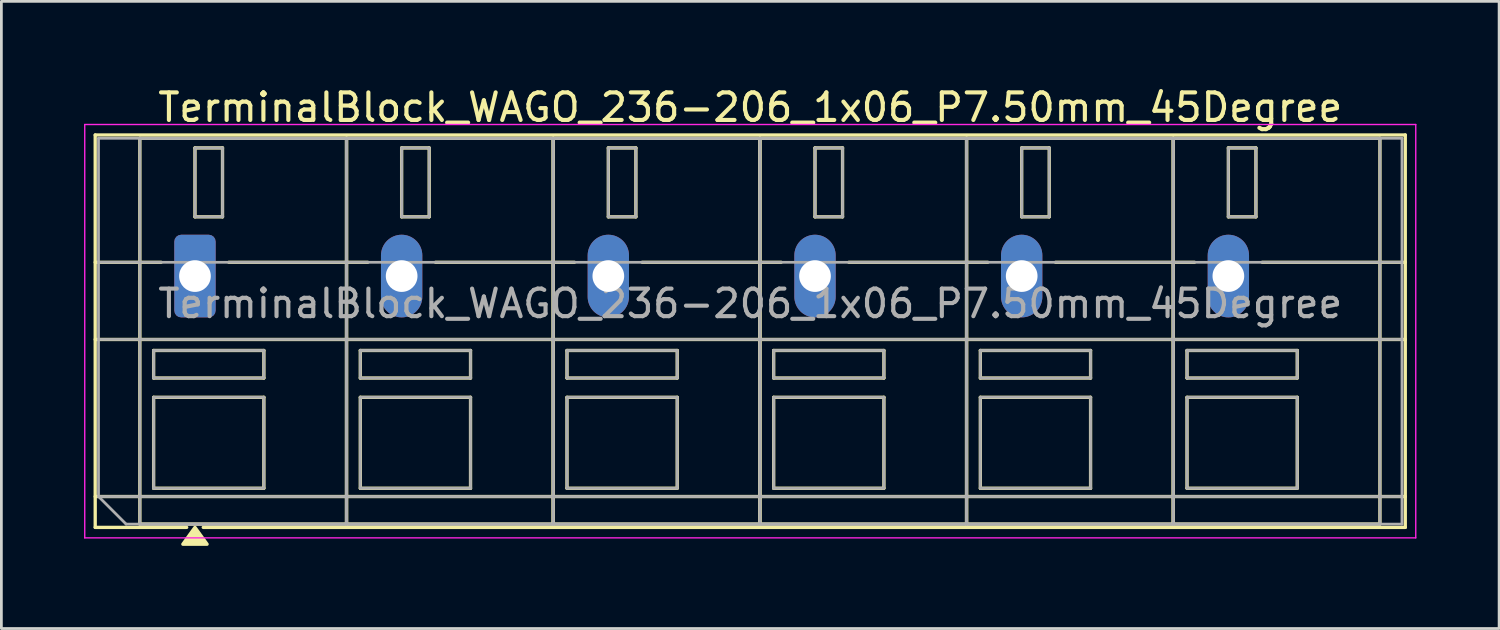
<source format=kicad_pcb>
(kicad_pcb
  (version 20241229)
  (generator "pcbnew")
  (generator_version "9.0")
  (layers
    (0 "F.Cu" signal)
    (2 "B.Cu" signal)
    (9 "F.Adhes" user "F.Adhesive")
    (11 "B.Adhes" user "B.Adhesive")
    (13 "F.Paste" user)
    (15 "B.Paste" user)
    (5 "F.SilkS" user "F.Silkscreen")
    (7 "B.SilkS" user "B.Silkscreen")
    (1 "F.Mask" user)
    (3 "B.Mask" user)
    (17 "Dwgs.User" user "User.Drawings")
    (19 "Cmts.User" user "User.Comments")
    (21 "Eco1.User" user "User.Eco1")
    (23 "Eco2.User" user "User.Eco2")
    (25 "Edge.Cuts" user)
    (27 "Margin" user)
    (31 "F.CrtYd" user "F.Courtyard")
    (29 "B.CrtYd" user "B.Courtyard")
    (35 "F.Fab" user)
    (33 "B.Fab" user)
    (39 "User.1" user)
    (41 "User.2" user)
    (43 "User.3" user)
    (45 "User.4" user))
  (footprint "TerminalBlock_WAGO_236-206_1x06_P7.50mm_45Degree"
    (layer "F.Cu")
    (at 4.025 6.968)
    (property "Reference" "TerminalBlock_WAGO_236-206_1x06_P7.50mm_45Degree" (at 20.15 -6.12 0) (layer "F.SilkS") (effects (font (size 1 1) (thickness 0.15))))
    (attr through_hole)
    (fp_line (start -3.62 -5.12) (end -3.62 9.12) (stroke (width 0.12) (type solid)) (layer "F.SilkS"))
    (fp_line (start -3.62 -5.12) (end 43.92 -5.12) (stroke (width 0.12) (type solid)) (layer "F.SilkS"))
    (fp_line (start -3.62 -0.5) (end -1.23 -0.5) (stroke (width 0.12) (type solid)) (layer "F.SilkS"))
    (fp_line (start -3.62 2.3) (end 43.92 2.3) (stroke (width 0.12) (type solid)) (layer "F.SilkS"))
    (fp_line (start -3.62 8) (end 43.92 8) (stroke (width 0.12) (type solid)) (layer "F.SilkS"))
    (fp_line (start -3.62 9.12) (end -0.3 9.12) (stroke (width 0.12) (type solid)) (layer "F.SilkS"))
    (fp_line (start -2 -5) (end -2 9) (stroke (width 0.12) (type solid)) (layer "F.SilkS"))
    (fp_line (start -2 -5) (end 5.5 -5) (stroke (width 0.12) (type solid)) (layer "F.SilkS"))
    (fp_line (start -2 9) (end 5.5 9) (stroke (width 0.12) (type solid)) (layer "F.SilkS"))
    (fp_line (start -1.5 2.7) (end -1.5 3.7) (stroke (width 0.12) (type solid)) (layer "F.SilkS"))
    (fp_line (start -1.5 2.7) (end 2.5 2.7) (stroke (width 0.12) (type solid)) (layer "F.SilkS"))
    (fp_line (start -1.5 3.7) (end 2.5 3.7) (stroke (width 0.12) (type solid)) (layer "F.SilkS"))
    (fp_line (start -1.5 4.4) (end -1.5 7.7) (stroke (width 0.12) (type solid)) (layer "F.SilkS"))
    (fp_line (start -1.5 4.4) (end 2.5 4.4) (stroke (width 0.12) (type solid)) (layer "F.SilkS"))
    (fp_line (start -1.5 7.7) (end 2.5 7.7) (stroke (width 0.12) (type solid)) (layer "F.SilkS"))
    (fp_line (start 0 -4.65) (end 0 -2.15) (stroke (width 0.12) (type solid)) (layer "F.SilkS"))
    (fp_line (start 0 -4.65) (end 1 -4.65) (stroke (width 0.12) (type solid)) (layer "F.SilkS"))
    (fp_line (start 0 -2.15) (end 1 -2.15) (stroke (width 0.12) (type solid)) (layer "F.SilkS"))
    (fp_line (start 0.3 9.12) (end 43.92 9.12) (stroke (width 0.12) (type solid)) (layer "F.SilkS"))
    (fp_line (start 1 -4.65) (end 1 -2.15) (stroke (width 0.12) (type solid)) (layer "F.SilkS"))
    (fp_line (start 1.23 -0.5) (end 6.27 -0.5) (stroke (width 0.12) (type solid)) (layer "F.SilkS"))
    (fp_line (start 2.5 2.7) (end 2.5 3.7) (stroke (width 0.12) (type solid)) (layer "F.SilkS"))
    (fp_line (start 2.5 4.4) (end 2.5 7.7) (stroke (width 0.12) (type solid)) (layer "F.SilkS"))
    (fp_line (start 5.5 -5) (end 5.5 9) (stroke (width 0.12) (type solid)) (layer "F.SilkS"))
    (fp_line (start 5.5 -5) (end 5.5 9) (stroke (width 0.12) (type solid)) (layer "F.SilkS"))
    (fp_line (start 5.5 -5) (end 13 -5) (stroke (width 0.12) (type solid)) (layer "F.SilkS"))
    (fp_line (start 5.5 9) (end 13 9) (stroke (width 0.12) (type solid)) (layer "F.SilkS"))
    (fp_line (start 6 2.7) (end 6 3.7) (stroke (width 0.12) (type solid)) (layer "F.SilkS"))
    (fp_line (start 6 2.7) (end 10 2.7) (stroke (width 0.12) (type solid)) (layer "F.SilkS"))
    (fp_line (start 6 3.7) (end 10 3.7) (stroke (width 0.12) (type solid)) (layer "F.SilkS"))
    (fp_line (start 6 4.4) (end 6 7.7) (stroke (width 0.12) (type solid)) (layer "F.SilkS"))
    (fp_line (start 6 4.4) (end 10 4.4) (stroke (width 0.12) (type solid)) (layer "F.SilkS"))
    (fp_line (start 6 7.7) (end 10 7.7) (stroke (width 0.12) (type solid)) (layer "F.SilkS"))
    (fp_line (start 7.5 -4.65) (end 7.5 -2.15) (stroke (width 0.12) (type solid)) (layer "F.SilkS"))
    (fp_line (start 7.5 -4.65) (end 8.5 -4.65) (stroke (width 0.12) (type solid)) (layer "F.SilkS"))
    (fp_line (start 7.5 -2.15) (end 8.5 -2.15) (stroke (width 0.12) (type solid)) (layer "F.SilkS"))
    (fp_line (start 8.5 -4.65) (end 8.5 -2.15) (stroke (width 0.12) (type solid)) (layer "F.SilkS"))
    (fp_line (start 8.73 -0.5) (end 13.77 -0.5) (stroke (width 0.12) (type solid)) (layer "F.SilkS"))
    (fp_line (start 10 2.7) (end 10 3.7) (stroke (width 0.12) (type solid)) (layer "F.SilkS"))
    (fp_line (start 10 4.4) (end 10 7.7) (stroke (width 0.12) (type solid)) (layer "F.SilkS"))
    (fp_line (start 13 -5) (end 13 9) (stroke (width 0.12) (type solid)) (layer "F.SilkS"))
    (fp_line (start 13 -5) (end 13 9) (stroke (width 0.12) (type solid)) (layer "F.SilkS"))
    (fp_line (start 13 -5) (end 20.5 -5) (stroke (width 0.12) (type solid)) (layer "F.SilkS"))
    (fp_line (start 13 9) (end 20.5 9) (stroke (width 0.12) (type solid)) (layer "F.SilkS"))
    (fp_line (start 13.5 2.7) (end 13.5 3.7) (stroke (width 0.12) (type solid)) (layer "F.SilkS"))
    (fp_line (start 13.5 2.7) (end 17.5 2.7) (stroke (width 0.12) (type solid)) (layer "F.SilkS"))
    (fp_line (start 13.5 3.7) (end 17.5 3.7) (stroke (width 0.12) (type solid)) (layer "F.SilkS"))
    (fp_line (start 13.5 4.4) (end 13.5 7.7) (stroke (width 0.12) (type solid)) (layer "F.SilkS"))
    (fp_line (start 13.5 4.4) (end 17.5 4.4) (stroke (width 0.12) (type solid)) (layer "F.SilkS"))
    (fp_line (start 13.5 7.7) (end 17.5 7.7) (stroke (width 0.12) (type solid)) (layer "F.SilkS"))
    (fp_line (start 15 -4.65) (end 15 -2.15) (stroke (width 0.12) (type solid)) (layer "F.SilkS"))
    (fp_line (start 15 -4.65) (end 16 -4.65) (stroke (width 0.12) (type solid)) (layer "F.SilkS"))
    (fp_line (start 15 -2.15) (end 16 -2.15) (stroke (width 0.12) (type solid)) (layer "F.SilkS"))
    (fp_line (start 16 -4.65) (end 16 -2.15) (stroke (width 0.12) (type solid)) (layer "F.SilkS"))
    (fp_line (start 16.23 -0.5) (end 21.27 -0.5) (stroke (width 0.12) (type solid)) (layer "F.SilkS"))
    (fp_line (start 17.5 2.7) (end 17.5 3.7) (stroke (width 0.12) (type solid)) (layer "F.SilkS"))
    (fp_line (start 17.5 4.4) (end 17.5 7.7) (stroke (width 0.12) (type solid)) (layer "F.SilkS"))
    (fp_line (start 20.5 -5) (end 20.5 9) (stroke (width 0.12) (type solid)) (layer "F.SilkS"))
    (fp_line (start 20.5 -5) (end 20.5 9) (stroke (width 0.12) (type solid)) (layer "F.SilkS"))
    (fp_line (start 20.5 -5) (end 28 -5) (stroke (width 0.12) (type solid)) (layer "F.SilkS"))
    (fp_line (start 20.5 9) (end 28 9) (stroke (width 0.12) (type solid)) (layer "F.SilkS"))
    (fp_line (start 21 2.7) (end 21 3.7) (stroke (width 0.12) (type solid)) (layer "F.SilkS"))
    (fp_line (start 21 2.7) (end 25 2.7) (stroke (width 0.12) (type solid)) (layer "F.SilkS"))
    (fp_line (start 21 3.7) (end 25 3.7) (stroke (width 0.12) (type solid)) (layer "F.SilkS"))
    (fp_line (start 21 4.4) (end 21 7.7) (stroke (width 0.12) (type solid)) (layer "F.SilkS"))
    (fp_line (start 21 4.4) (end 25 4.4) (stroke (width 0.12) (type solid)) (layer "F.SilkS"))
    (fp_line (start 21 7.7) (end 25 7.7) (stroke (width 0.12) (type solid)) (layer "F.SilkS"))
    (fp_line (start 22.5 -4.65) (end 22.5 -2.15) (stroke (width 0.12) (type solid)) (layer "F.SilkS"))
    (fp_line (start 22.5 -4.65) (end 23.5 -4.65) (stroke (width 0.12) (type solid)) (layer "F.SilkS"))
    (fp_line (start 22.5 -2.15) (end 23.5 -2.15) (stroke (width 0.12) (type solid)) (layer "F.SilkS"))
    (fp_line (start 23.5 -4.65) (end 23.5 -2.15) (stroke (width 0.12) (type solid)) (layer "F.SilkS"))
    (fp_line (start 23.73 -0.5) (end 28.77 -0.5) (stroke (width 0.12) (type solid)) (layer "F.SilkS"))
    (fp_line (start 25 2.7) (end 25 3.7) (stroke (width 0.12) (type solid)) (layer "F.SilkS"))
    (fp_line (start 25 4.4) (end 25 7.7) (stroke (width 0.12) (type solid)) (layer "F.SilkS"))
    (fp_line (start 28 -5) (end 28 9) (stroke (width 0.12) (type solid)) (layer "F.SilkS"))
    (fp_line (start 28 -5) (end 28 9) (stroke (width 0.12) (type solid)) (layer "F.SilkS"))
    (fp_line (start 28 -5) (end 35.5 -5) (stroke (width 0.12) (type solid)) (layer "F.SilkS"))
    (fp_line (start 28 9) (end 35.5 9) (stroke (width 0.12) (type solid)) (layer "F.SilkS"))
    (fp_line (start 28.5 2.7) (end 28.5 3.7) (stroke (width 0.12) (type solid)) (layer "F.SilkS"))
    (fp_line (start 28.5 2.7) (end 32.5 2.7) (stroke (width 0.12) (type solid)) (layer "F.SilkS"))
    (fp_line (start 28.5 3.7) (end 32.5 3.7) (stroke (width 0.12) (type solid)) (layer "F.SilkS"))
    (fp_line (start 28.5 4.4) (end 28.5 7.7) (stroke (width 0.12) (type solid)) (layer "F.SilkS"))
    (fp_line (start 28.5 4.4) (end 32.5 4.4) (stroke (width 0.12) (type solid)) (layer "F.SilkS"))
    (fp_line (start 28.5 7.7) (end 32.5 7.7) (stroke (width 0.12) (type solid)) (layer "F.SilkS"))
    (fp_line (start 30 -4.65) (end 30 -2.15) (stroke (width 0.12) (type solid)) (layer "F.SilkS"))
    (fp_line (start 30 -4.65) (end 31 -4.65) (stroke (width 0.12) (type solid)) (layer "F.SilkS"))
    (fp_line (start 30 -2.15) (end 31 -2.15) (stroke (width 0.12) (type solid)) (layer "F.SilkS"))
    (fp_line (start 31 -4.65) (end 31 -2.15) (stroke (width 0.12) (type solid)) (layer "F.SilkS"))
    (fp_line (start 31.23 -0.5) (end 36.27 -0.5) (stroke (width 0.12) (type solid)) (layer "F.SilkS"))
    (fp_line (start 32.5 2.7) (end 32.5 3.7) (stroke (width 0.12) (type solid)) (layer "F.SilkS"))
    (fp_line (start 32.5 4.4) (end 32.5 7.7) (stroke (width 0.12) (type solid)) (layer "F.SilkS"))
    (fp_line (start 35.5 -5) (end 35.5 9) (stroke (width 0.12) (type solid)) (layer "F.SilkS"))
    (fp_line (start 35.5 -5) (end 35.5 9) (stroke (width 0.12) (type solid)) (layer "F.SilkS"))
    (fp_line (start 35.5 -5) (end 43 -5) (stroke (width 0.12) (type solid)) (layer "F.SilkS"))
    (fp_line (start 35.5 9) (end 43 9) (stroke (width 0.12) (type solid)) (layer "F.SilkS"))
    (fp_line (start 36 2.7) (end 36 3.7) (stroke (width 0.12) (type solid)) (layer "F.SilkS"))
    (fp_line (start 36 2.7) (end 40 2.7) (stroke (width 0.12) (type solid)) (layer "F.SilkS"))
    (fp_line (start 36 3.7) (end 40 3.7) (stroke (width 0.12) (type solid)) (layer "F.SilkS"))
    (fp_line (start 36 4.4) (end 36 7.7) (stroke (width 0.12) (type solid)) (layer "F.SilkS"))
    (fp_line (start 36 4.4) (end 40 4.4) (stroke (width 0.12) (type solid)) (layer "F.SilkS"))
    (fp_line (start 36 7.7) (end 40 7.7) (stroke (width 0.12) (type solid)) (layer "F.SilkS"))
    (fp_line (start 37.5 -4.65) (end 37.5 -2.15) (stroke (width 0.12) (type solid)) (layer "F.SilkS"))
    (fp_line (start 37.5 -4.65) (end 38.5 -4.65) (stroke (width 0.12) (type solid)) (layer "F.SilkS"))
    (fp_line (start 37.5 -2.15) (end 38.5 -2.15) (stroke (width 0.12) (type solid)) (layer "F.SilkS"))
    (fp_line (start 38.5 -4.65) (end 38.5 -2.15) (stroke (width 0.12) (type solid)) (layer "F.SilkS"))
    (fp_line (start 38.73 -0.5) (end 43.92 -0.5) (stroke (width 0.12) (type solid)) (layer "F.SilkS"))
    (fp_line (start 40 2.7) (end 40 3.7) (stroke (width 0.12) (type solid)) (layer "F.SilkS"))
    (fp_line (start 40 4.4) (end 40 7.7) (stroke (width 0.12) (type solid)) (layer "F.SilkS"))
    (fp_line (start 43 -5) (end 43 9) (stroke (width 0.12) (type solid)) (layer "F.SilkS"))
    (fp_line (start 43.92 -5.12) (end 43.92 9.12) (stroke (width 0.12) (type solid)) (layer "F.SilkS"))
    (fp_poly (pts (xy 0 9.12) (xy 0.44 9.73) (xy -0.44 9.73)) (stroke (width 0.12) (type solid)) (fill yes) (layer "F.SilkS"))
    (fp_line (start -4 -5.5) (end -4 9.5) (stroke (width 0.05) (type solid)) (layer "F.CrtYd"))
    (fp_line (start -4 9.5) (end 44.3 9.5) (stroke (width 0.05) (type solid)) (layer "F.CrtYd"))
    (fp_line (start 44.3 -5.5) (end -4 -5.5) (stroke (width 0.05) (type solid)) (layer "F.CrtYd"))
    (fp_line (start 44.3 9.5) (end 44.3 -5.5) (stroke (width 0.05) (type solid)) (layer "F.CrtYd"))
    (fp_line (start -3.5 -5) (end 43.8 -5) (stroke (width 0.1) (type solid)) (layer "F.Fab"))
    (fp_line (start -3.5 -0.5) (end 43.8 -0.5) (stroke (width 0.1) (type solid)) (layer "F.Fab"))
    (fp_line (start -3.5 2.3) (end 43.8 2.3) (stroke (width 0.1) (type solid)) (layer "F.Fab"))
    (fp_line (start -3.5 8) (end -3.5 -5) (stroke (width 0.1) (type solid)) (layer "F.Fab"))
    (fp_line (start -3.5 8) (end 43.8 8) (stroke (width 0.1) (type solid)) (layer "F.Fab"))
    (fp_line (start -2.5 9) (end -3.5 8) (stroke (width 0.1) (type solid)) (layer "F.Fab"))
    (fp_line (start -2 -5) (end -2 9) (stroke (width 0.1) (type solid)) (layer "F.Fab"))
    (fp_line (start -2 9) (end 5.5 9) (stroke (width 0.1) (type solid)) (layer "F.Fab"))
    (fp_line (start -1.5 2.7) (end -1.5 3.7) (stroke (width 0.1) (type solid)) (layer "F.Fab"))
    (fp_line (start -1.5 3.7) (end 2.5 3.7) (stroke (width 0.1) (type solid)) (layer "F.Fab"))
    (fp_line (start -1.5 4.4) (end -1.5 7.7) (stroke (width 0.1) (type solid)) (layer "F.Fab"))
    (fp_line (start -1.5 7.7) (end 2.5 7.7) (stroke (width 0.1) (type solid)) (layer "F.Fab"))
    (fp_line (start 0 -4.65) (end 0 -2.15) (stroke (width 0.1) (type solid)) (layer "F.Fab"))
    (fp_line (start 0 -2.15) (end 1 -2.15) (stroke (width 0.1) (type solid)) (layer "F.Fab"))
    (fp_line (start 1 -4.65) (end 0 -4.65) (stroke (width 0.1) (type solid)) (layer "F.Fab"))
    (fp_line (start 1 -2.15) (end 1 -4.65) (stroke (width 0.1) (type solid)) (layer "F.Fab"))
    (fp_line (start 2.5 2.7) (end -1.5 2.7) (stroke (width 0.1) (type solid)) (layer "F.Fab"))
    (fp_line (start 2.5 3.7) (end 2.5 2.7) (stroke (width 0.1) (type solid)) (layer "F.Fab"))
    (fp_line (start 2.5 4.4) (end -1.5 4.4) (stroke (width 0.1) (type solid)) (layer "F.Fab"))
    (fp_line (start 2.5 7.7) (end 2.5 4.4) (stroke (width 0.1) (type solid)) (layer "F.Fab"))
    (fp_line (start 5.5 -5) (end -2 -5) (stroke (width 0.1) (type solid)) (layer "F.Fab"))
    (fp_line (start 5.5 -5) (end 5.5 9) (stroke (width 0.1) (type solid)) (layer "F.Fab"))
    (fp_line (start 5.5 9) (end 5.5 -5) (stroke (width 0.1) (type solid)) (layer "F.Fab"))
    (fp_line (start 5.5 9) (end 13 9) (stroke (width 0.1) (type solid)) (layer "F.Fab"))
    (fp_line (start 6 2.7) (end 6 3.7) (stroke (width 0.1) (type solid)) (layer "F.Fab"))
    (fp_line (start 6 3.7) (end 10 3.7) (stroke (width 0.1) (type solid)) (layer "F.Fab"))
    (fp_line (start 6 4.4) (end 6 7.7) (stroke (width 0.1) (type solid)) (layer "F.Fab"))
    (fp_line (start 6 7.7) (end 10 7.7) (stroke (width 0.1) (type solid)) (layer "F.Fab"))
    (fp_line (start 7.5 -4.65) (end 7.5 -2.15) (stroke (width 0.1) (type solid)) (layer "F.Fab"))
    (fp_line (start 7.5 -2.15) (end 8.5 -2.15) (stroke (width 0.1) (type solid)) (layer "F.Fab"))
    (fp_line (start 8.5 -4.65) (end 7.5 -4.65) (stroke (width 0.1) (type solid)) (layer "F.Fab"))
    (fp_line (start 8.5 -2.15) (end 8.5 -4.65) (stroke (width 0.1) (type solid)) (layer "F.Fab"))
    (fp_line (start 10 2.7) (end 6 2.7) (stroke (width 0.1) (type solid)) (layer "F.Fab"))
    (fp_line (start 10 3.7) (end 10 2.7) (stroke (width 0.1) (type solid)) (layer "F.Fab"))
    (fp_line (start 10 4.4) (end 6 4.4) (stroke (width 0.1) (type solid)) (layer "F.Fab"))
    (fp_line (start 10 7.7) (end 10 4.4) (stroke (width 0.1) (type solid)) (layer "F.Fab"))
    (fp_line (start 13 -5) (end 5.5 -5) (stroke (width 0.1) (type solid)) (layer "F.Fab"))
    (fp_line (start 13 -5) (end 13 9) (stroke (width 0.1) (type solid)) (layer "F.Fab"))
    (fp_line (start 13 9) (end 13 -5) (stroke (width 0.1) (type solid)) (layer "F.Fab"))
    (fp_line (start 13 9) (end 20.5 9) (stroke (width 0.1) (type solid)) (layer "F.Fab"))
    (fp_line (start 13.5 2.7) (end 13.5 3.7) (stroke (width 0.1) (type solid)) (layer "F.Fab"))
    (fp_line (start 13.5 3.7) (end 17.5 3.7) (stroke (width 0.1) (type solid)) (layer "F.Fab"))
    (fp_line (start 13.5 4.4) (end 13.5 7.7) (stroke (width 0.1) (type solid)) (layer "F.Fab"))
    (fp_line (start 13.5 7.7) (end 17.5 7.7) (stroke (width 0.1) (type solid)) (layer "F.Fab"))
    (fp_line (start 15 -4.65) (end 15 -2.15) (stroke (width 0.1) (type solid)) (layer "F.Fab"))
    (fp_line (start 15 -2.15) (end 16 -2.15) (stroke (width 0.1) (type solid)) (layer "F.Fab"))
    (fp_line (start 16 -4.65) (end 15 -4.65) (stroke (width 0.1) (type solid)) (layer "F.Fab"))
    (fp_line (start 16 -2.15) (end 16 -4.65) (stroke (width 0.1) (type solid)) (layer "F.Fab"))
    (fp_line (start 17.5 2.7) (end 13.5 2.7) (stroke (width 0.1) (type solid)) (layer "F.Fab"))
    (fp_line (start 17.5 3.7) (end 17.5 2.7) (stroke (width 0.1) (type solid)) (layer "F.Fab"))
    (fp_line (start 17.5 4.4) (end 13.5 4.4) (stroke (width 0.1) (type solid)) (layer "F.Fab"))
    (fp_line (start 17.5 7.7) (end 17.5 4.4) (stroke (width 0.1) (type solid)) (layer "F.Fab"))
    (fp_line (start 20.5 -5) (end 13 -5) (stroke (width 0.1) (type solid)) (layer "F.Fab"))
    (fp_line (start 20.5 -5) (end 20.5 9) (stroke (width 0.1) (type solid)) (layer "F.Fab"))
    (fp_line (start 20.5 9) (end 20.5 -5) (stroke (width 0.1) (type solid)) (layer "F.Fab"))
    (fp_line (start 20.5 9) (end 28 9) (stroke (width 0.1) (type solid)) (layer "F.Fab"))
    (fp_line (start 21 2.7) (end 21 3.7) (stroke (width 0.1) (type solid)) (layer "F.Fab"))
    (fp_line (start 21 3.7) (end 25 3.7) (stroke (width 0.1) (type solid)) (layer "F.Fab"))
    (fp_line (start 21 4.4) (end 21 7.7) (stroke (width 0.1) (type solid)) (layer "F.Fab"))
    (fp_line (start 21 7.7) (end 25 7.7) (stroke (width 0.1) (type solid)) (layer "F.Fab"))
    (fp_line (start 22.5 -4.65) (end 22.5 -2.15) (stroke (width 0.1) (type solid)) (layer "F.Fab"))
    (fp_line (start 22.5 -2.15) (end 23.5 -2.15) (stroke (width 0.1) (type solid)) (layer "F.Fab"))
    (fp_line (start 23.5 -4.65) (end 22.5 -4.65) (stroke (width 0.1) (type solid)) (layer "F.Fab"))
    (fp_line (start 23.5 -2.15) (end 23.5 -4.65) (stroke (width 0.1) (type solid)) (layer "F.Fab"))
    (fp_line (start 25 2.7) (end 21 2.7) (stroke (width 0.1) (type solid)) (layer "F.Fab"))
    (fp_line (start 25 3.7) (end 25 2.7) (stroke (width 0.1) (type solid)) (layer "F.Fab"))
    (fp_line (start 25 4.4) (end 21 4.4) (stroke (width 0.1) (type solid)) (layer "F.Fab"))
    (fp_line (start 25 7.7) (end 25 4.4) (stroke (width 0.1) (type solid)) (layer "F.Fab"))
    (fp_line (start 28 -5) (end 20.5 -5) (stroke (width 0.1) (type solid)) (layer "F.Fab"))
    (fp_line (start 28 -5) (end 28 9) (stroke (width 0.1) (type solid)) (layer "F.Fab"))
    (fp_line (start 28 9) (end 28 -5) (stroke (width 0.1) (type solid)) (layer "F.Fab"))
    (fp_line (start 28 9) (end 35.5 9) (stroke (width 0.1) (type solid)) (layer "F.Fab"))
    (fp_line (start 28.5 2.7) (end 28.5 3.7) (stroke (width 0.1) (type solid)) (layer "F.Fab"))
    (fp_line (start 28.5 3.7) (end 32.5 3.7) (stroke (width 0.1) (type solid)) (layer "F.Fab"))
    (fp_line (start 28.5 4.4) (end 28.5 7.7) (stroke (width 0.1) (type solid)) (layer "F.Fab"))
    (fp_line (start 28.5 7.7) (end 32.5 7.7) (stroke (width 0.1) (type solid)) (layer "F.Fab"))
    (fp_line (start 30 -4.65) (end 30 -2.15) (stroke (width 0.1) (type solid)) (layer "F.Fab"))
    (fp_line (start 30 -2.15) (end 31 -2.15) (stroke (width 0.1) (type solid)) (layer "F.Fab"))
    (fp_line (start 31 -4.65) (end 30 -4.65) (stroke (width 0.1) (type solid)) (layer "F.Fab"))
    (fp_line (start 31 -2.15) (end 31 -4.65) (stroke (width 0.1) (type solid)) (layer "F.Fab"))
    (fp_line (start 32.5 2.7) (end 28.5 2.7) (stroke (width 0.1) (type solid)) (layer "F.Fab"))
    (fp_line (start 32.5 3.7) (end 32.5 2.7) (stroke (width 0.1) (type solid)) (layer "F.Fab"))
    (fp_line (start 32.5 4.4) (end 28.5 4.4) (stroke (width 0.1) (type solid)) (layer "F.Fab"))
    (fp_line (start 32.5 7.7) (end 32.5 4.4) (stroke (width 0.1) (type solid)) (layer "F.Fab"))
    (fp_line (start 35.5 -5) (end 28 -5) (stroke (width 0.1) (type solid)) (layer "F.Fab"))
    (fp_line (start 35.5 -5) (end 35.5 9) (stroke (width 0.1) (type solid)) (layer "F.Fab"))
    (fp_line (start 35.5 9) (end 35.5 -5) (stroke (width 0.1) (type solid)) (layer "F.Fab"))
    (fp_line (start 35.5 9) (end 43 9) (stroke (width 0.1) (type solid)) (layer "F.Fab"))
    (fp_line (start 36 2.7) (end 36 3.7) (stroke (width 0.1) (type solid)) (layer "F.Fab"))
    (fp_line (start 36 3.7) (end 40 3.7) (stroke (width 0.1) (type solid)) (layer "F.Fab"))
    (fp_line (start 36 4.4) (end 36 7.7) (stroke (width 0.1) (type solid)) (layer "F.Fab"))
    (fp_line (start 36 7.7) (end 40 7.7) (stroke (width 0.1) (type solid)) (layer "F.Fab"))
    (fp_line (start 37.5 -4.65) (end 37.5 -2.15) (stroke (width 0.1) (type solid)) (layer "F.Fab"))
    (fp_line (start 37.5 -2.15) (end 38.5 -2.15) (stroke (width 0.1) (type solid)) (layer "F.Fab"))
    (fp_line (start 38.5 -4.65) (end 37.5 -4.65) (stroke (width 0.1) (type solid)) (layer "F.Fab"))
    (fp_line (start 38.5 -2.15) (end 38.5 -4.65) (stroke (width 0.1) (type solid)) (layer "F.Fab"))
    (fp_line (start 40 2.7) (end 36 2.7) (stroke (width 0.1) (type solid)) (layer "F.Fab"))
    (fp_line (start 40 3.7) (end 40 2.7) (stroke (width 0.1) (type solid)) (layer "F.Fab"))
    (fp_line (start 40 4.4) (end 36 4.4) (stroke (width 0.1) (type solid)) (layer "F.Fab"))
    (fp_line (start 40 7.7) (end 40 4.4) (stroke (width 0.1) (type solid)) (layer "F.Fab"))
    (fp_line (start 43 -5) (end 35.5 -5) (stroke (width 0.1) (type solid)) (layer "F.Fab"))
    (fp_line (start 43 9) (end 43 -5) (stroke (width 0.1) (type solid)) (layer "F.Fab"))
    (fp_line (start 43.8 -5) (end 43.8 9) (stroke (width 0.1) (type solid)) (layer "F.Fab"))
    (fp_line (start 43.8 9) (end -2.5 9) (stroke (width 0.1) (type solid)) (layer "F.Fab"))
    (fp_text user "${REFERENCE}" (at 20.15 1 0) (layer "F.Fab") (effects (font (size 1 1) (thickness 0.15))))
    (pad "1" thru_hole roundrect (at 0 0) (size 1.5 3) (drill 1.15) (layers "*.Cu" "*.Mask") (roundrect_rratio 0.167))
    (pad "2" thru_hole oval (at 7.5 0) (size 1.5 3) (drill 1.15) (layers "*.Cu" "*.Mask"))
    (pad "3" thru_hole oval (at 15 0) (size 1.5 3) (drill 1.15) (layers "*.Cu" "*.Mask"))
    (pad "4" thru_hole oval (at 22.5 0) (size 1.5 3) (drill 1.15) (layers "*.Cu" "*.Mask"))
    (pad "5" thru_hole oval (at 30 0) (size 1.5 3) (drill 1.15) (layers "*.Cu" "*.Mask"))
    (pad "6" thru_hole oval (at 37.5 0) (size 1.5 3) (drill 1.15) (layers "*.Cu" "*.Mask")))
  (gr_rect
    (start -3 -3)
    (end 51.35 19.758)
    (stroke (width 0.1) (type default))
    (fill no)
    (layer "Edge.Cuts")))
</source>
